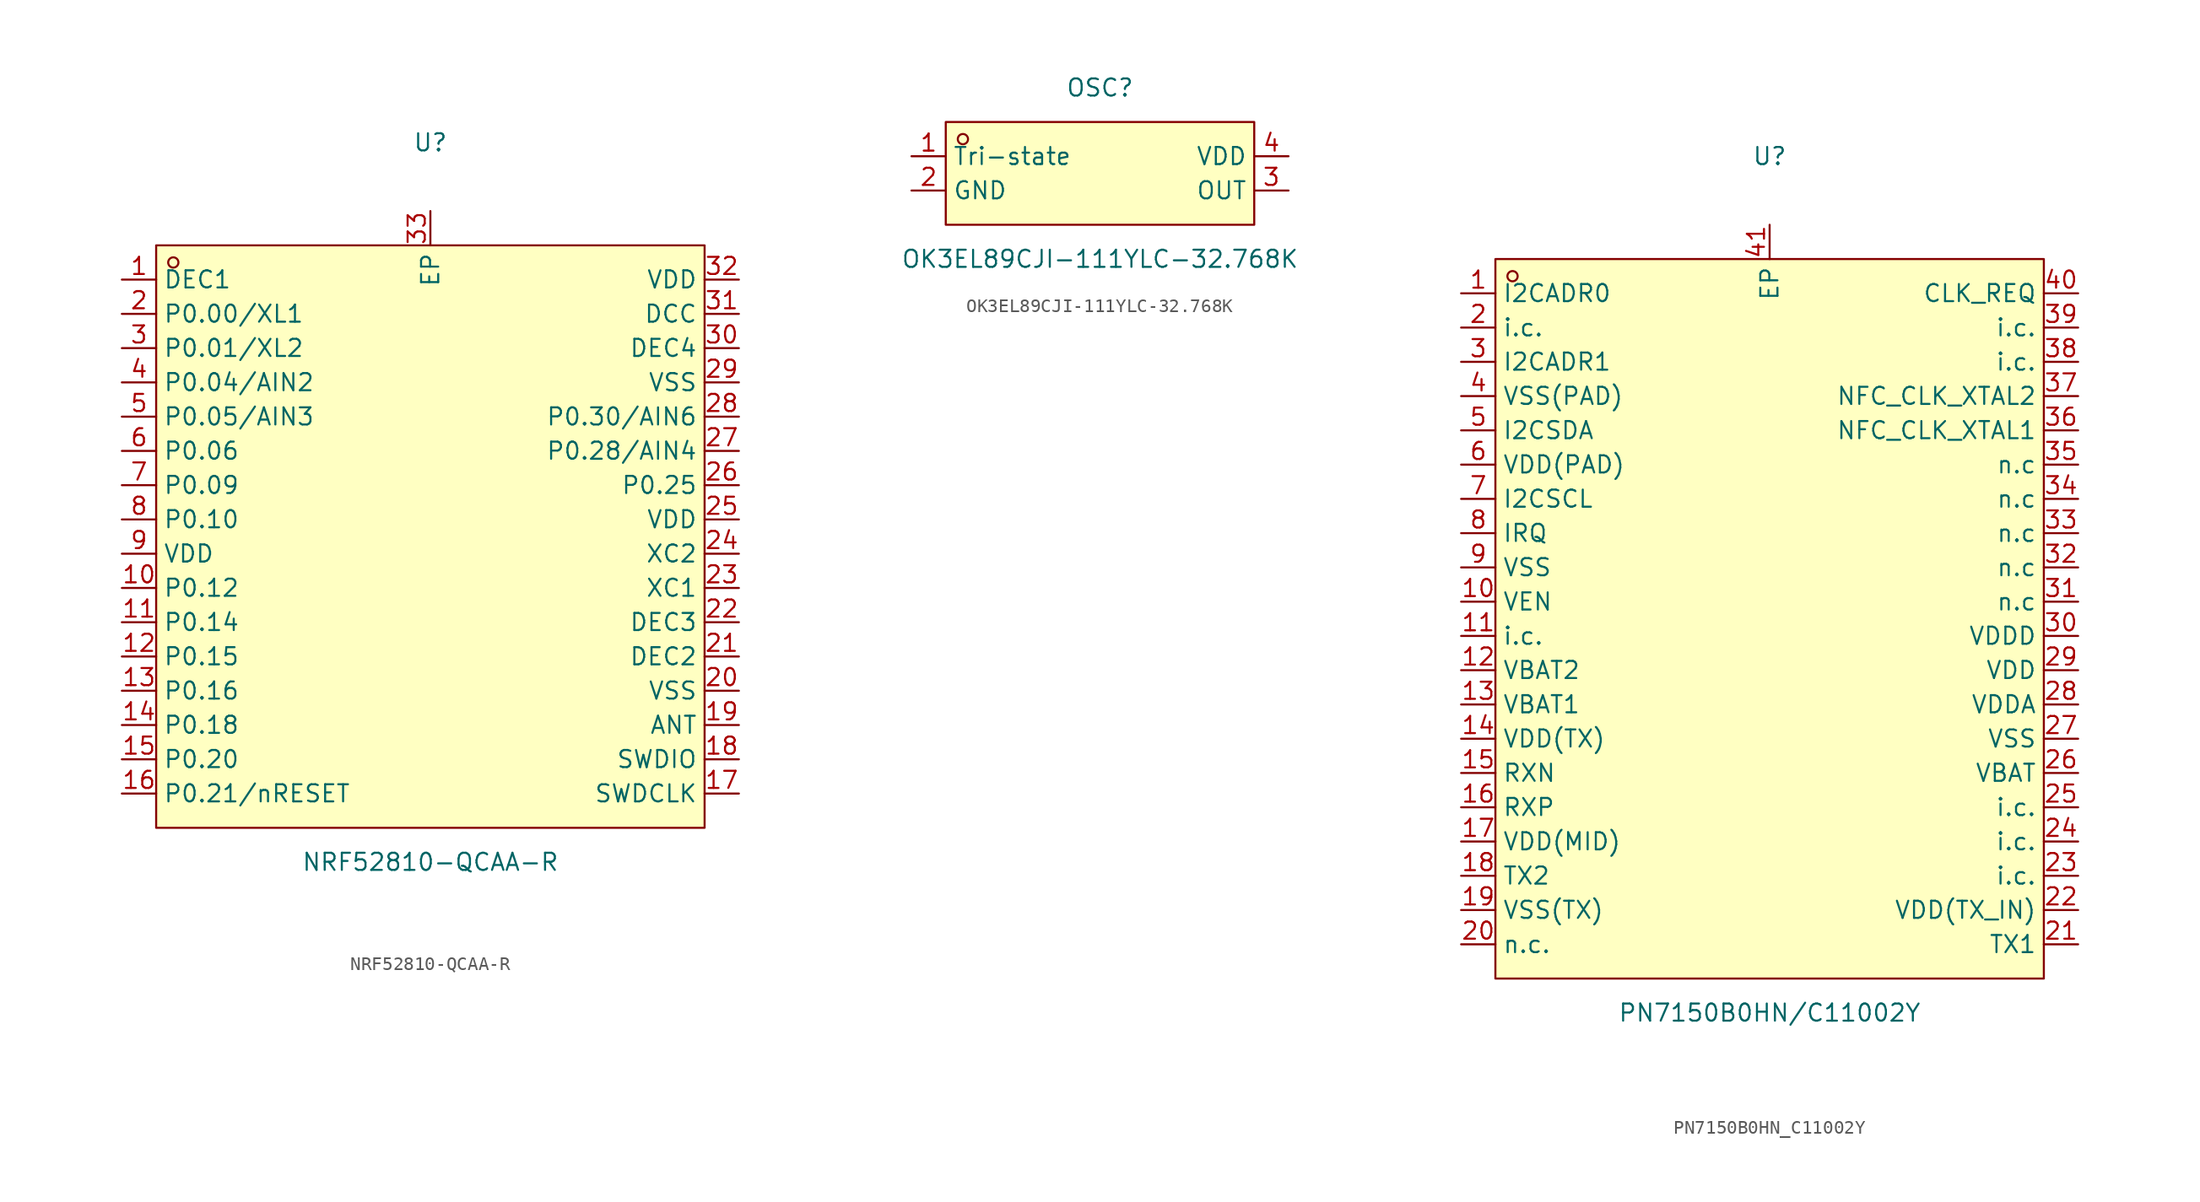
<source format=kicad_sym>
(kicad_symbol_lib
  (version 20220914)
  (generator kicad_symbol_editor)
  (symbol "NRF52810-QCAA-R"
    (property "Reference" "U"
      (at 0 29.21 0)
      (effects (font (size 1.27 1.27))))
    (property "Value" "NRF52810-QCAA-R"
      (at 0 -24.13 0)
      (effects (font (size 1.27 1.27))))
    (symbol "NRF52810-QCAA-R_0_1"
      (rectangle (start -20.32 21.59) (end 20.32 -21.59) (stroke (width 0) (type default)) (fill (type background)))
      (circle (center -19.05 20.32) (radius 0.38) (stroke (width 0) (type default)) (fill (type none)))
      (pin unspecified line (at -22.86 19.05 0) (length 2.54) (name "DEC1" (effects (font (size 1.27 1.27)))) (number "1" (effects (font (size 1.27 1.27)))))
      (pin unspecified line (at -22.86 -3.81 0) (length 2.54) (name "P0.12" (effects (font (size 1.27 1.27)))) (number "10" (effects (font (size 1.27 1.27)))))
      (pin unspecified line (at -22.86 -6.35 0) (length 2.54) (name "P0.14" (effects (font (size 1.27 1.27)))) (number "11" (effects (font (size 1.27 1.27)))))
      (pin unspecified line (at -22.86 -8.89 0) (length 2.54) (name "P0.15" (effects (font (size 1.27 1.27)))) (number "12" (effects (font (size 1.27 1.27)))))
      (pin unspecified line (at -22.86 -11.43 0) (length 2.54) (name "P0.16" (effects (font (size 1.27 1.27)))) (number "13" (effects (font (size 1.27 1.27)))))
      (pin unspecified line (at -22.86 -13.97 0) (length 2.54) (name "P0.18" (effects (font (size 1.27 1.27)))) (number "14" (effects (font (size 1.27 1.27)))))
      (pin unspecified line (at -22.86 -16.51 0) (length 2.54) (name "P0.20" (effects (font (size 1.27 1.27)))) (number "15" (effects (font (size 1.27 1.27)))))
      (pin unspecified line (at -22.86 -19.05 0) (length 2.54) (name "P0.21/nRESET" (effects (font (size 1.27 1.27)))) (number "16" (effects (font (size 1.27 1.27)))))
      (pin unspecified line (at 22.86 -19.05 180) (length 2.54) (name "SWDCLK" (effects (font (size 1.27 1.27)))) (number "17" (effects (font (size 1.27 1.27)))))
      (pin unspecified line (at 22.86 -16.51 180) (length 2.54) (name "SWDIO" (effects (font (size 1.27 1.27)))) (number "18" (effects (font (size 1.27 1.27)))))
      (pin unspecified line (at 22.86 -13.97 180) (length 2.54) (name "ANT" (effects (font (size 1.27 1.27)))) (number "19" (effects (font (size 1.27 1.27)))))
      (pin unspecified line (at -22.86 16.51 0) (length 2.54) (name "P0.00/XL1" (effects (font (size 1.27 1.27)))) (number "2" (effects (font (size 1.27 1.27)))))
      (pin unspecified line (at 22.86 -11.43 180) (length 2.54) (name "VSS" (effects (font (size 1.27 1.27)))) (number "20" (effects (font (size 1.27 1.27)))))
      (pin unspecified line (at 22.86 -8.89 180) (length 2.54) (name "DEC2" (effects (font (size 1.27 1.27)))) (number "21" (effects (font (size 1.27 1.27)))))
      (pin unspecified line (at 22.86 -6.35 180) (length 2.54) (name "DEC3" (effects (font (size 1.27 1.27)))) (number "22" (effects (font (size 1.27 1.27)))))
      (pin unspecified line (at 22.86 -3.81 180) (length 2.54) (name "XC1" (effects (font (size 1.27 1.27)))) (number "23" (effects (font (size 1.27 1.27)))))
      (pin unspecified line (at 22.86 -1.27 180) (length 2.54) (name "XC2" (effects (font (size 1.27 1.27)))) (number "24" (effects (font (size 1.27 1.27)))))
      (pin unspecified line (at 22.86 1.27 180) (length 2.54) (name "VDD" (effects (font (size 1.27 1.27)))) (number "25" (effects (font (size 1.27 1.27)))))
      (pin unspecified line (at 22.86 3.81 180) (length 2.54) (name "P0.25" (effects (font (size 1.27 1.27)))) (number "26" (effects (font (size 1.27 1.27)))))
      (pin unspecified line (at 22.86 6.35 180) (length 2.54) (name "P0.28/AIN4" (effects (font (size 1.27 1.27)))) (number "27" (effects (font (size 1.27 1.27)))))
      (pin unspecified line (at 22.86 8.89 180) (length 2.54) (name "P0.30/AIN6" (effects (font (size 1.27 1.27)))) (number "28" (effects (font (size 1.27 1.27)))))
      (pin unspecified line (at 22.86 11.43 180) (length 2.54) (name "VSS" (effects (font (size 1.27 1.27)))) (number "29" (effects (font (size 1.27 1.27)))))
      (pin unspecified line (at -22.86 13.97 0) (length 2.54) (name "P0.01/XL2" (effects (font (size 1.27 1.27)))) (number "3" (effects (font (size 1.27 1.27)))))
      (pin unspecified line (at 22.86 13.97 180) (length 2.54) (name "DEC4" (effects (font (size 1.27 1.27)))) (number "30" (effects (font (size 1.27 1.27)))))
      (pin unspecified line (at 22.86 16.51 180) (length 2.54) (name "DCC" (effects (font (size 1.27 1.27)))) (number "31" (effects (font (size 1.27 1.27)))))
      (pin unspecified line (at 22.86 19.05 180) (length 2.54) (name "VDD" (effects (font (size 1.27 1.27)))) (number "32" (effects (font (size 1.27 1.27)))))
      (pin unspecified line (at 0 24.13 270) (length 2.54) (name "EP" (effects (font (size 1.27 1.27)))) (number "33" (effects (font (size 1.27 1.27)))))
      (pin unspecified line (at -22.86 11.43 0) (length 2.54) (name "P0.04/AIN2" (effects (font (size 1.27 1.27)))) (number "4" (effects (font (size 1.27 1.27)))))
      (pin unspecified line (at -22.86 8.89 0) (length 2.54) (name "P0.05/AIN3" (effects (font (size 1.27 1.27)))) (number "5" (effects (font (size 1.27 1.27)))))
      (pin unspecified line (at -22.86 6.35 0) (length 2.54) (name "P0.06" (effects (font (size 1.27 1.27)))) (number "6" (effects (font (size 1.27 1.27)))))
      (pin unspecified line (at -22.86 3.81 0) (length 2.54) (name "P0.09" (effects (font (size 1.27 1.27)))) (number "7" (effects (font (size 1.27 1.27)))))
      (pin unspecified line (at -22.86 1.27 0) (length 2.54) (name "P0.10" (effects (font (size 1.27 1.27)))) (number "8" (effects (font (size 1.27 1.27)))))
      (pin unspecified line (at -22.86 -1.27 0) (length 2.54) (name "VDD" (effects (font (size 1.27 1.27)))) (number "9" (effects (font (size 1.27 1.27)))))))
  (symbol "OK3EL89CJI-111YLC-32.768K"
    (property "Reference" "OSC"
      (at 0 6.35 0)
      (effects (font (size 1.27 1.27))))
    (property "Value" "OK3EL89CJI-111YLC-32.768K"
      (at 0 -6.35 0)
      (effects (font (size 1.27 1.27))))
    (symbol "OK3EL89CJI-111YLC-32.768K_0_1"
      (rectangle (start -11.43 3.81) (end 11.43 -3.81) (stroke (width 0) (type default)) (fill (type background)))
      (circle (center -10.16 2.54) (radius 0.38) (stroke (width 0) (type default)) (fill (type none)))
      (pin unspecified line (at -13.97 1.27 0) (length 2.54) (name "Tri-state" (effects (font (size 1.27 1.27)))) (number "1" (effects (font (size 1.27 1.27)))))
      (pin unspecified line (at -13.97 -1.27 0) (length 2.54) (name "GND" (effects (font (size 1.27 1.27)))) (number "2" (effects (font (size 1.27 1.27)))))
      (pin unspecified line (at 13.97 -1.27 180) (length 2.54) (name "OUT" (effects (font (size 1.27 1.27)))) (number "3" (effects (font (size 1.27 1.27)))))
      (pin unspecified line (at 13.97 1.27 180) (length 2.54) (name "VDD" (effects (font (size 1.27 1.27)))) (number "4" (effects (font (size 1.27 1.27)))))))
  (symbol "PN7150B0HN_C11002Y"
    (property "Reference" "U"
      (at 0 34.29 0)
      (effects (font (size 1.27 1.27))))
    (property "Value" "PN7150B0HN/C11002Y"
      (at 0 -29.21 0)
      (effects (font (size 1.27 1.27))))
    (symbol "PN7150B0HN_C11002Y_0_1"
      (rectangle (start -20.32 26.67) (end 20.32 -26.67) (stroke (width 0) (type default)) (fill (type background)))
      (circle (center -19.05 25.4) (radius 0.38) (stroke (width 0) (type default)) (fill (type none)))
      (pin unspecified line (at -22.86 24.13 0) (length 2.54) (name "I2CADR0" (effects (font (size 1.27 1.27)))) (number "1" (effects (font (size 1.27 1.27)))))
      (pin unspecified line (at -22.86 1.27 0) (length 2.54) (name "VEN" (effects (font (size 1.27 1.27)))) (number "10" (effects (font (size 1.27 1.27)))))
      (pin unspecified line (at -22.86 -1.27 0) (length 2.54) (name "i.c." (effects (font (size 1.27 1.27)))) (number "11" (effects (font (size 1.27 1.27)))))
      (pin unspecified line (at -22.86 -3.81 0) (length 2.54) (name "VBAT2" (effects (font (size 1.27 1.27)))) (number "12" (effects (font (size 1.27 1.27)))))
      (pin unspecified line (at -22.86 -6.35 0) (length 2.54) (name "VBAT1" (effects (font (size 1.27 1.27)))) (number "13" (effects (font (size 1.27 1.27)))))
      (pin unspecified line (at -22.86 -8.89 0) (length 2.54) (name "VDD(TX)" (effects (font (size 1.27 1.27)))) (number "14" (effects (font (size 1.27 1.27)))))
      (pin unspecified line (at -22.86 -11.43 0) (length 2.54) (name "RXN" (effects (font (size 1.27 1.27)))) (number "15" (effects (font (size 1.27 1.27)))))
      (pin unspecified line (at -22.86 -13.97 0) (length 2.54) (name "RXP" (effects (font (size 1.27 1.27)))) (number "16" (effects (font (size 1.27 1.27)))))
      (pin unspecified line (at -22.86 -16.51 0) (length 2.54) (name "VDD(MID)" (effects (font (size 1.27 1.27)))) (number "17" (effects (font (size 1.27 1.27)))))
      (pin unspecified line (at -22.86 -19.05 0) (length 2.54) (name "TX2" (effects (font (size 1.27 1.27)))) (number "18" (effects (font (size 1.27 1.27)))))
      (pin unspecified line (at -22.86 -21.59 0) (length 2.54) (name "VSS(TX)" (effects (font (size 1.27 1.27)))) (number "19" (effects (font (size 1.27 1.27)))))
      (pin unspecified line (at -22.86 21.59 0) (length 2.54) (name "i.c." (effects (font (size 1.27 1.27)))) (number "2" (effects (font (size 1.27 1.27)))))
      (pin unspecified line (at -22.86 -24.13 0) (length 2.54) (name "n.c." (effects (font (size 1.27 1.27)))) (number "20" (effects (font (size 1.27 1.27)))))
      (pin unspecified line (at 22.86 -24.13 180) (length 2.54) (name "TX1" (effects (font (size 1.27 1.27)))) (number "21" (effects (font (size 1.27 1.27)))))
      (pin unspecified line (at 22.86 -21.59 180) (length 2.54) (name "VDD(TX_IN)" (effects (font (size 1.27 1.27)))) (number "22" (effects (font (size 1.27 1.27)))))
      (pin unspecified line (at 22.86 -19.05 180) (length 2.54) (name "i.c." (effects (font (size 1.27 1.27)))) (number "23" (effects (font (size 1.27 1.27)))))
      (pin unspecified line (at 22.86 -16.51 180) (length 2.54) (name "i.c." (effects (font (size 1.27 1.27)))) (number "24" (effects (font (size 1.27 1.27)))))
      (pin unspecified line (at 22.86 -13.97 180) (length 2.54) (name "i.c." (effects (font (size 1.27 1.27)))) (number "25" (effects (font (size 1.27 1.27)))))
      (pin unspecified line (at 22.86 -11.43 180) (length 2.54) (name "VBAT" (effects (font (size 1.27 1.27)))) (number "26" (effects (font (size 1.27 1.27)))))
      (pin unspecified line (at 22.86 -8.89 180) (length 2.54) (name "VSS" (effects (font (size 1.27 1.27)))) (number "27" (effects (font (size 1.27 1.27)))))
      (pin unspecified line (at 22.86 -6.35 180) (length 2.54) (name "VDDA" (effects (font (size 1.27 1.27)))) (number "28" (effects (font (size 1.27 1.27)))))
      (pin unspecified line (at 22.86 -3.81 180) (length 2.54) (name "VDD" (effects (font (size 1.27 1.27)))) (number "29" (effects (font (size 1.27 1.27)))))
      (pin unspecified line (at -22.86 19.05 0) (length 2.54) (name "I2CADR1" (effects (font (size 1.27 1.27)))) (number "3" (effects (font (size 1.27 1.27)))))
      (pin unspecified line (at 22.86 -1.27 180) (length 2.54) (name "VDDD" (effects (font (size 1.27 1.27)))) (number "30" (effects (font (size 1.27 1.27)))))
      (pin unspecified line (at 22.86 1.27 180) (length 2.54) (name "n.c" (effects (font (size 1.27 1.27)))) (number "31" (effects (font (size 1.27 1.27)))))
      (pin unspecified line (at 22.86 3.81 180) (length 2.54) (name "n.c" (effects (font (size 1.27 1.27)))) (number "32" (effects (font (size 1.27 1.27)))))
      (pin unspecified line (at 22.86 6.35 180) (length 2.54) (name "n.c" (effects (font (size 1.27 1.27)))) (number "33" (effects (font (size 1.27 1.27)))))
      (pin unspecified line (at 22.86 8.89 180) (length 2.54) (name "n.c" (effects (font (size 1.27 1.27)))) (number "34" (effects (font (size 1.27 1.27)))))
      (pin unspecified line (at 22.86 11.43 180) (length 2.54) (name "n.c" (effects (font (size 1.27 1.27)))) (number "35" (effects (font (size 1.27 1.27)))))
      (pin unspecified line (at 22.86 13.97 180) (length 2.54) (name "NFC_CLK_XTAL1" (effects (font (size 1.27 1.27)))) (number "36" (effects (font (size 1.27 1.27)))))
      (pin unspecified line (at 22.86 16.51 180) (length 2.54) (name "NFC_CLK_XTAL2" (effects (font (size 1.27 1.27)))) (number "37" (effects (font (size 1.27 1.27)))))
      (pin unspecified line (at 22.86 19.05 180) (length 2.54) (name "i.c." (effects (font (size 1.27 1.27)))) (number "38" (effects (font (size 1.27 1.27)))))
      (pin unspecified line (at 22.86 21.59 180) (length 2.54) (name "i.c." (effects (font (size 1.27 1.27)))) (number "39" (effects (font (size 1.27 1.27)))))
      (pin unspecified line (at -22.86 16.51 0) (length 2.54) (name "VSS(PAD)" (effects (font (size 1.27 1.27)))) (number "4" (effects (font (size 1.27 1.27)))))
      (pin unspecified line (at 22.86 24.13 180) (length 2.54) (name "CLK_REQ" (effects (font (size 1.27 1.27)))) (number "40" (effects (font (size 1.27 1.27)))))
      (pin unspecified line (at 0 29.21 270) (length 2.54) (name "EP" (effects (font (size 1.27 1.27)))) (number "41" (effects (font (size 1.27 1.27)))))
      (pin unspecified line (at -22.86 13.97 0) (length 2.54) (name "I2CSDA" (effects (font (size 1.27 1.27)))) (number "5" (effects (font (size 1.27 1.27)))))
      (pin unspecified line (at -22.86 11.43 0) (length 2.54) (name "VDD(PAD)" (effects (font (size 1.27 1.27)))) (number "6" (effects (font (size 1.27 1.27)))))
      (pin unspecified line (at -22.86 8.89 0) (length 2.54) (name "I2CSCL" (effects (font (size 1.27 1.27)))) (number "7" (effects (font (size 1.27 1.27)))))
      (pin unspecified line (at -22.86 6.35 0) (length 2.54) (name "IRQ" (effects (font (size 1.27 1.27)))) (number "8" (effects (font (size 1.27 1.27)))))
      (pin unspecified line (at -22.86 3.81 0) (length 2.54) (name "VSS" (effects (font (size 1.27 1.27)))) (number "9" (effects (font (size 1.27 1.27))))))))
</source>
